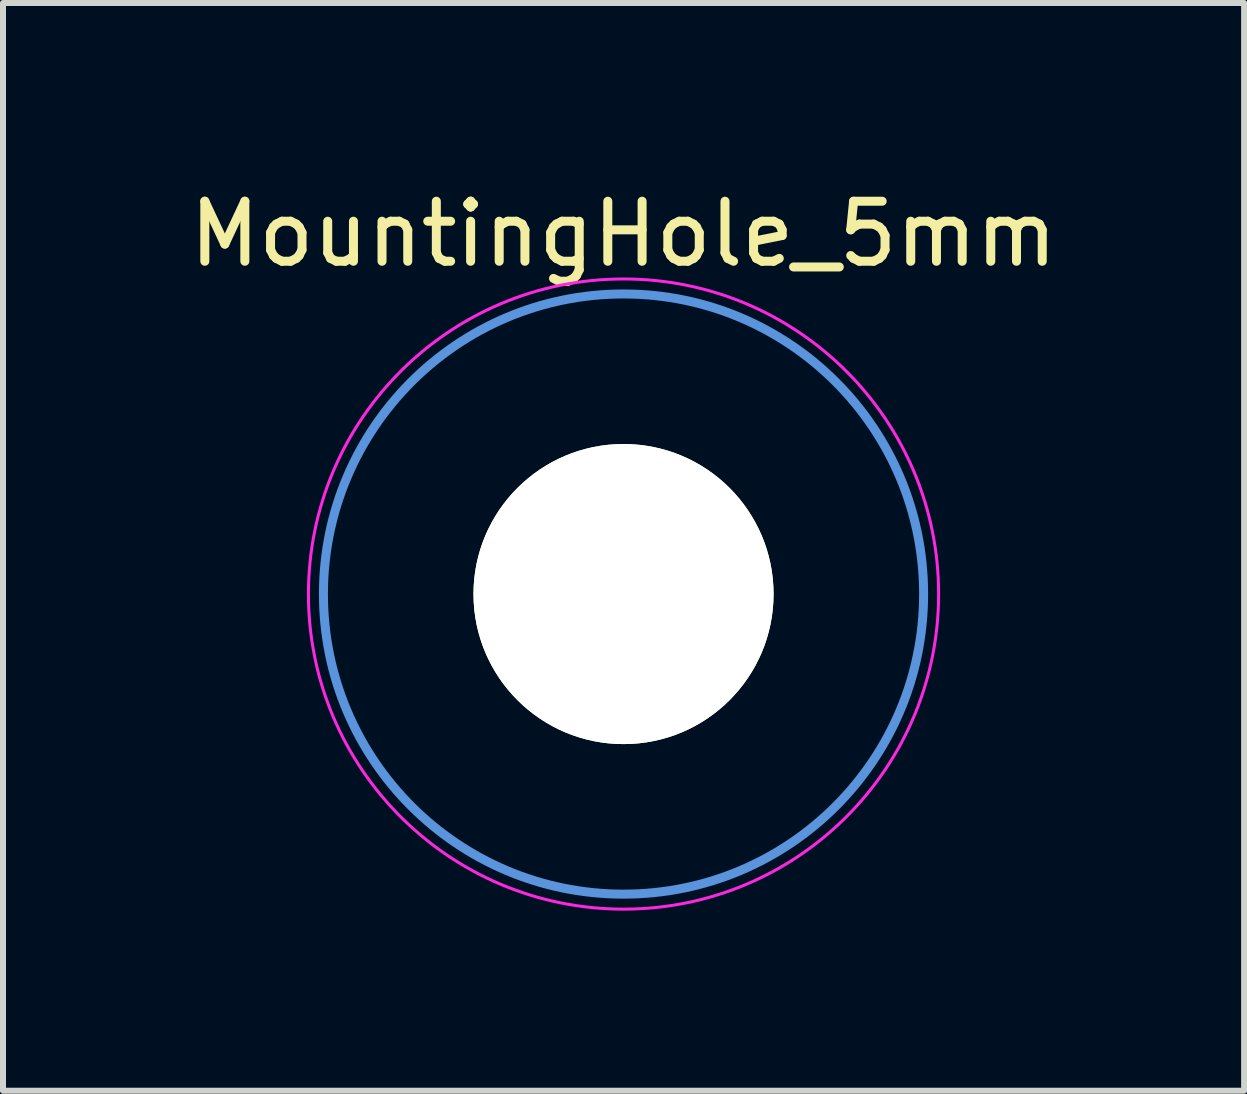
<source format=kicad_pcb>
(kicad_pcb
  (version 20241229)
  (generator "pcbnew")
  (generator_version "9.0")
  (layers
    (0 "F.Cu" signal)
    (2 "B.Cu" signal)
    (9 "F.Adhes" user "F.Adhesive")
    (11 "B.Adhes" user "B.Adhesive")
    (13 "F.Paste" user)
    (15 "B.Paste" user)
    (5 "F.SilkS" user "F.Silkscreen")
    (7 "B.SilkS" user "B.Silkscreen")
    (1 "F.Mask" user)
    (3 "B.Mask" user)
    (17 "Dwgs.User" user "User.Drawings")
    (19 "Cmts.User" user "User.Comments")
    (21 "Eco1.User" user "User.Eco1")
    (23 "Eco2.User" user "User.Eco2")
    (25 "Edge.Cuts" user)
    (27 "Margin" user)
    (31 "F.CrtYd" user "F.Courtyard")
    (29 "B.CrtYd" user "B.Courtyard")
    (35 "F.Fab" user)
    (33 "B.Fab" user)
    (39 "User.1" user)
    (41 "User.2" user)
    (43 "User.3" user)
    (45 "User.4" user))
  (footprint "MountingHole_5mm"
    (layer "F.Cu")
    (at 7.339 6.848)
    (property "Reference" "MountingHole_5mm" (at 0 -6 0) (layer "F.SilkS") (effects (font (size 1 1) (thickness 0.15))))
    (attr through_hole)
    (fp_circle (center 0 0) (end 5 0) (stroke (width 0.15) (type solid)) (fill no) (layer "Cmts.User"))
    (fp_circle (center 0 0) (end 5.25 0) (stroke (width 0.05) (type solid)) (fill no) (layer "F.CrtYd"))
    (pad "" np_thru_hole circle (at 0 0) (size 5 5) (drill 5) (layers "*.Cu" "*.Mask" "F.SilkS")))
  (gr_rect
    (start -3 -3)
    (end 17.679 15.123)
    (stroke (width 0.1) (type default))
    (fill no)
    (layer "Edge.Cuts")))
</source>
